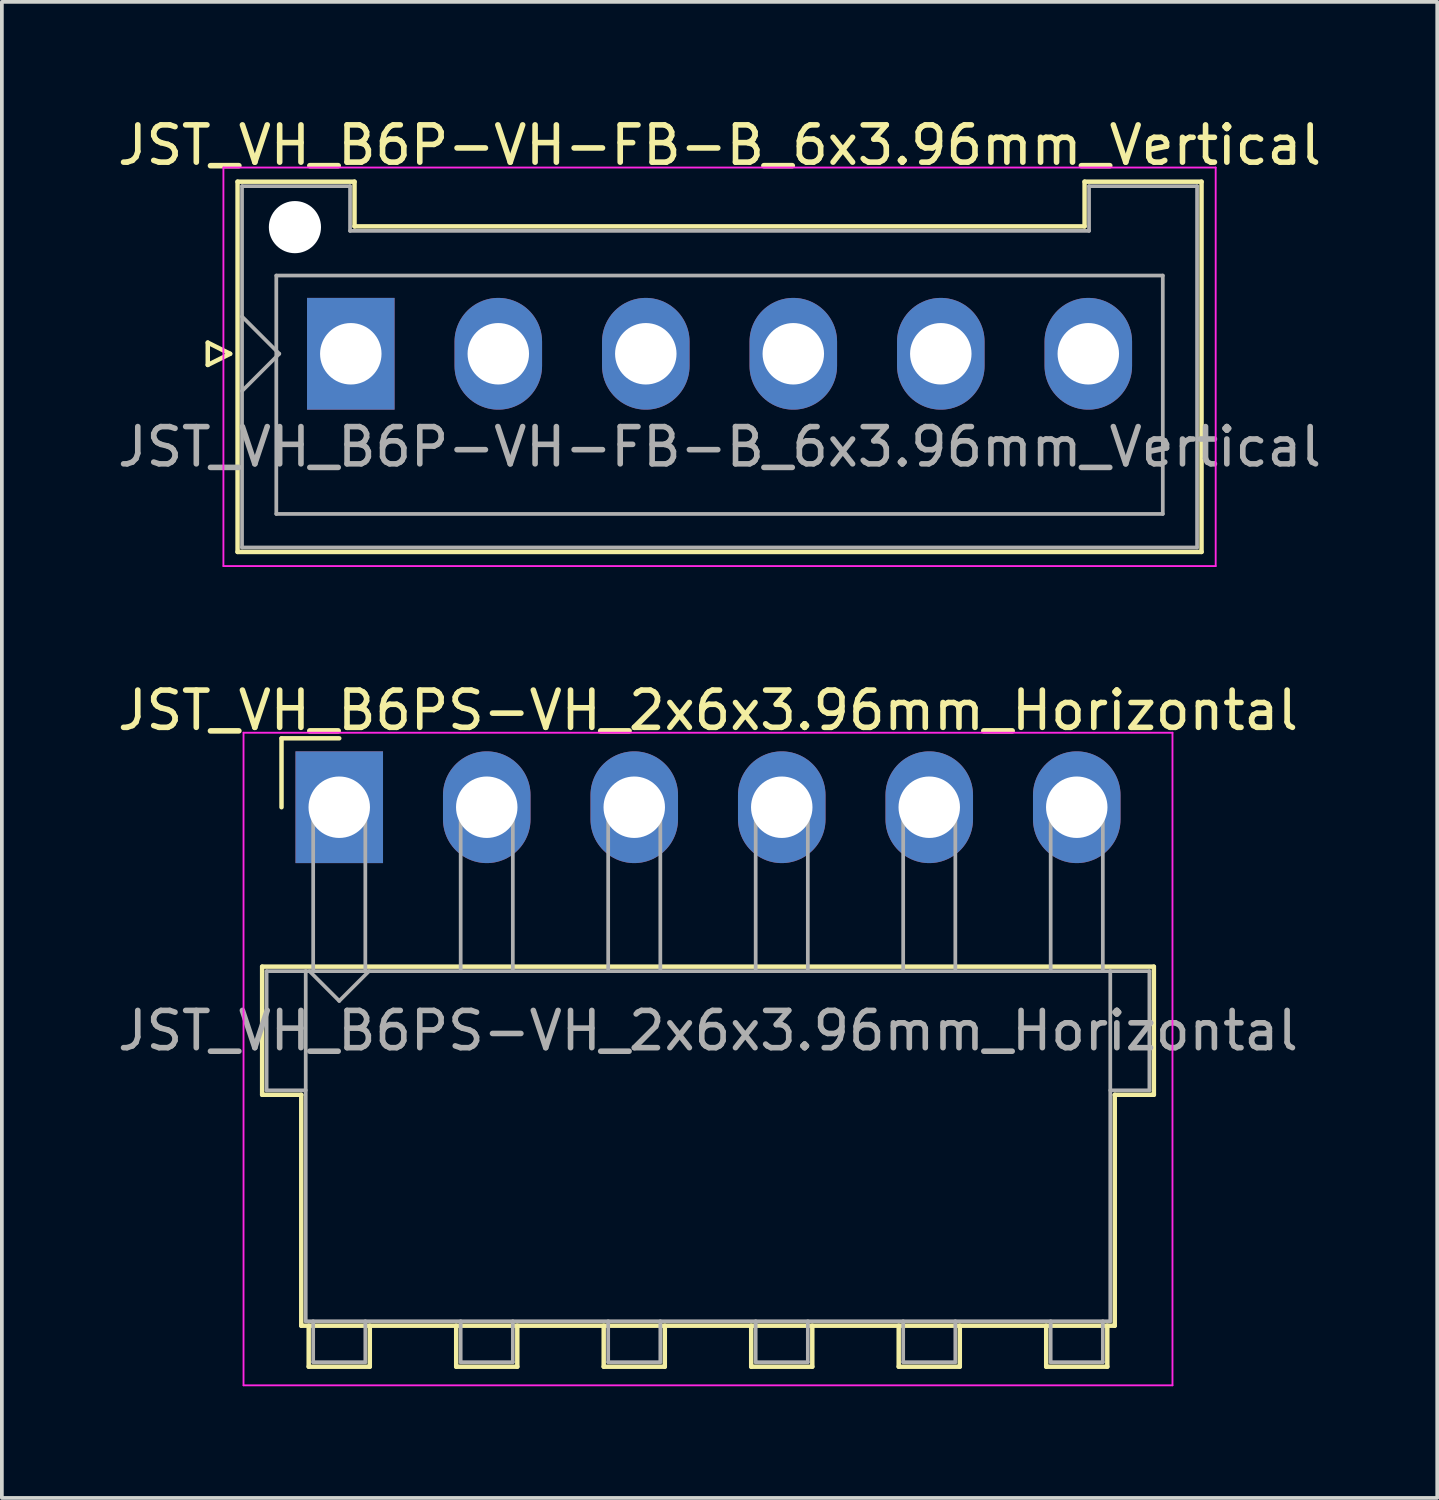
<source format=kicad_pcb>
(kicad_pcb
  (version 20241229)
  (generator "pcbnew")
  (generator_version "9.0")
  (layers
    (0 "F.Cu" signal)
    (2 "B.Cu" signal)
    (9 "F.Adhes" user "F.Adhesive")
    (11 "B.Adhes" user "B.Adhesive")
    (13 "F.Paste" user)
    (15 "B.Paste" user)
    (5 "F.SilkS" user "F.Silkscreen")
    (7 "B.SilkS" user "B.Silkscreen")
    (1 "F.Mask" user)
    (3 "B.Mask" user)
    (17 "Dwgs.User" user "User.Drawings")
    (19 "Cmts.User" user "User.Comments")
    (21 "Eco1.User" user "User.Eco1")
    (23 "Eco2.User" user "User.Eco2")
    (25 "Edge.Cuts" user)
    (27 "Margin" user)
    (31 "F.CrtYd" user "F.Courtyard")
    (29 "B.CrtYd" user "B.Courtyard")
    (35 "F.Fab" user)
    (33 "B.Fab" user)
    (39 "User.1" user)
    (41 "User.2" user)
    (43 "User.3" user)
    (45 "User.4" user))
  (footprint "JST_VH_B6PS-VH_2x6x3.96mm_Horizontal"
    (layer "F.Cu")
    (at 6.058 18.622)
    (property "Reference" "JST_VH_B6PS-VH_2x6x3.96mm_Horizontal" (at 9.9 -2.6 0) (layer "F.SilkS") (effects (font (size 1 1) (thickness 0.15))))
    (attr through_hole)
    (fp_line (start -2.07 4.28) (end 21.87 4.28) (stroke (width 0.12) (type solid)) (layer "F.SilkS"))
    (fp_line (start -2.07 7.72) (end -2.07 4.28) (stroke (width 0.12) (type solid)) (layer "F.SilkS"))
    (fp_line (start -1.55 -1.85) (end -1.55 0) (stroke (width 0.12) (type solid)) (layer "F.SilkS"))
    (fp_line (start -1.02 7.72) (end -2.07 7.72) (stroke (width 0.12) (type solid)) (layer "F.SilkS"))
    (fp_line (start -1.02 13.92) (end -1.02 7.72) (stroke (width 0.12) (type solid)) (layer "F.SilkS"))
    (fp_line (start -0.82 13.92) (end -0.82 15.02) (stroke (width 0.12) (type solid)) (layer "F.SilkS"))
    (fp_line (start -0.82 15.02) (end 0.82 15.02) (stroke (width 0.12) (type solid)) (layer "F.SilkS"))
    (fp_line (start 0 -1.85) (end -1.55 -1.85) (stroke (width 0.12) (type solid)) (layer "F.SilkS"))
    (fp_line (start 0.82 15.02) (end 0.82 13.92) (stroke (width 0.12) (type solid)) (layer "F.SilkS"))
    (fp_line (start 3.14 13.92) (end 3.14 15.02) (stroke (width 0.12) (type solid)) (layer "F.SilkS"))
    (fp_line (start 3.14 15.02) (end 4.78 15.02) (stroke (width 0.12) (type solid)) (layer "F.SilkS"))
    (fp_line (start 4.78 15.02) (end 4.78 13.92) (stroke (width 0.12) (type solid)) (layer "F.SilkS"))
    (fp_line (start 7.1 13.92) (end 7.1 15.02) (stroke (width 0.12) (type solid)) (layer "F.SilkS"))
    (fp_line (start 7.1 15.02) (end 8.74 15.02) (stroke (width 0.12) (type solid)) (layer "F.SilkS"))
    (fp_line (start 8.74 15.02) (end 8.74 13.92) (stroke (width 0.12) (type solid)) (layer "F.SilkS"))
    (fp_line (start 11.06 13.92) (end 11.06 15.02) (stroke (width 0.12) (type solid)) (layer "F.SilkS"))
    (fp_line (start 11.06 15.02) (end 12.7 15.02) (stroke (width 0.12) (type solid)) (layer "F.SilkS"))
    (fp_line (start 12.7 15.02) (end 12.7 13.92) (stroke (width 0.12) (type solid)) (layer "F.SilkS"))
    (fp_line (start 15.02 13.92) (end 15.02 15.02) (stroke (width 0.12) (type solid)) (layer "F.SilkS"))
    (fp_line (start 15.02 15.02) (end 16.66 15.02) (stroke (width 0.12) (type solid)) (layer "F.SilkS"))
    (fp_line (start 16.66 15.02) (end 16.66 13.92) (stroke (width 0.12) (type solid)) (layer "F.SilkS"))
    (fp_line (start 18.98 13.92) (end 18.98 15.02) (stroke (width 0.12) (type solid)) (layer "F.SilkS"))
    (fp_line (start 18.98 15.02) (end 20.62 15.02) (stroke (width 0.12) (type solid)) (layer "F.SilkS"))
    (fp_line (start 20.62 15.02) (end 20.62 13.92) (stroke (width 0.12) (type solid)) (layer "F.SilkS"))
    (fp_line (start 20.82 7.72) (end 20.82 13.92) (stroke (width 0.12) (type solid)) (layer "F.SilkS"))
    (fp_line (start 20.82 13.92) (end -1.02 13.92) (stroke (width 0.12) (type solid)) (layer "F.SilkS"))
    (fp_line (start 21.87 4.28) (end 21.87 7.72) (stroke (width 0.12) (type solid)) (layer "F.SilkS"))
    (fp_line (start 21.87 7.72) (end 20.82 7.72) (stroke (width 0.12) (type solid)) (layer "F.SilkS"))
    (fp_line (start -2.57 -2) (end -2.57 15.52) (stroke (width 0.05) (type solid)) (layer "F.CrtYd"))
    (fp_line (start -2.57 15.52) (end 22.37 15.52) (stroke (width 0.05) (type solid)) (layer "F.CrtYd"))
    (fp_line (start 22.37 -2) (end -2.57 -2) (stroke (width 0.05) (type solid)) (layer "F.CrtYd"))
    (fp_line (start 22.37 15.52) (end 22.37 -2) (stroke (width 0.05) (type solid)) (layer "F.CrtYd"))
    (fp_line (start -1.95 4.4) (end -0.9 4.4) (stroke (width 0.1) (type solid)) (layer "F.Fab"))
    (fp_line (start -1.95 7.6) (end -1.95 4.4) (stroke (width 0.1) (type solid)) (layer "F.Fab"))
    (fp_line (start -0.9 4.4) (end -0.9 13.8) (stroke (width 0.1) (type solid)) (layer "F.Fab"))
    (fp_line (start -0.9 7.6) (end -1.95 7.6) (stroke (width 0.1) (type solid)) (layer "F.Fab"))
    (fp_line (start -0.9 13.8) (end 20.7 13.8) (stroke (width 0.1) (type solid)) (layer "F.Fab"))
    (fp_line (start -0.8 4.4) (end 0 5.2) (stroke (width 0.1) (type solid)) (layer "F.Fab"))
    (fp_line (start -0.7 0) (end 0.7 0) (stroke (width 0.1) (type solid)) (layer "F.Fab"))
    (fp_line (start -0.7 4.4) (end -0.7 0) (stroke (width 0.1) (type solid)) (layer "F.Fab"))
    (fp_line (start -0.7 13.8) (end -0.7 14.9) (stroke (width 0.1) (type solid)) (layer "F.Fab"))
    (fp_line (start -0.7 14.9) (end 0.7 14.9) (stroke (width 0.1) (type solid)) (layer "F.Fab"))
    (fp_line (start 0 5.2) (end 0.8 4.4) (stroke (width 0.1) (type solid)) (layer "F.Fab"))
    (fp_line (start 0.7 0) (end 0.7 4.4) (stroke (width 0.1) (type solid)) (layer "F.Fab"))
    (fp_line (start 0.7 14.9) (end 0.7 13.8) (stroke (width 0.1) (type solid)) (layer "F.Fab"))
    (fp_line (start 3.26 0) (end 4.66 0) (stroke (width 0.1) (type solid)) (layer "F.Fab"))
    (fp_line (start 3.26 4.4) (end 3.26 0) (stroke (width 0.1) (type solid)) (layer "F.Fab"))
    (fp_line (start 3.26 13.8) (end 3.26 14.9) (stroke (width 0.1) (type solid)) (layer "F.Fab"))
    (fp_line (start 3.26 14.9) (end 4.66 14.9) (stroke (width 0.1) (type solid)) (layer "F.Fab"))
    (fp_line (start 4.66 0) (end 4.66 4.4) (stroke (width 0.1) (type solid)) (layer "F.Fab"))
    (fp_line (start 4.66 14.9) (end 4.66 13.8) (stroke (width 0.1) (type solid)) (layer "F.Fab"))
    (fp_line (start 7.22 0) (end 8.62 0) (stroke (width 0.1) (type solid)) (layer "F.Fab"))
    (fp_line (start 7.22 4.4) (end 7.22 0) (stroke (width 0.1) (type solid)) (layer "F.Fab"))
    (fp_line (start 7.22 13.8) (end 7.22 14.9) (stroke (width 0.1) (type solid)) (layer "F.Fab"))
    (fp_line (start 7.22 14.9) (end 8.62 14.9) (stroke (width 0.1) (type solid)) (layer "F.Fab"))
    (fp_line (start 8.62 0) (end 8.62 4.4) (stroke (width 0.1) (type solid)) (layer "F.Fab"))
    (fp_line (start 8.62 14.9) (end 8.62 13.8) (stroke (width 0.1) (type solid)) (layer "F.Fab"))
    (fp_line (start 11.18 0) (end 12.58 0) (stroke (width 0.1) (type solid)) (layer "F.Fab"))
    (fp_line (start 11.18 4.4) (end 11.18 0) (stroke (width 0.1) (type solid)) (layer "F.Fab"))
    (fp_line (start 11.18 13.8) (end 11.18 14.9) (stroke (width 0.1) (type solid)) (layer "F.Fab"))
    (fp_line (start 11.18 14.9) (end 12.58 14.9) (stroke (width 0.1) (type solid)) (layer "F.Fab"))
    (fp_line (start 12.58 0) (end 12.58 4.4) (stroke (width 0.1) (type solid)) (layer "F.Fab"))
    (fp_line (start 12.58 14.9) (end 12.58 13.8) (stroke (width 0.1) (type solid)) (layer "F.Fab"))
    (fp_line (start 15.14 0) (end 16.54 0) (stroke (width 0.1) (type solid)) (layer "F.Fab"))
    (fp_line (start 15.14 4.4) (end 15.14 0) (stroke (width 0.1) (type solid)) (layer "F.Fab"))
    (fp_line (start 15.14 13.8) (end 15.14 14.9) (stroke (width 0.1) (type solid)) (layer "F.Fab"))
    (fp_line (start 15.14 14.9) (end 16.54 14.9) (stroke (width 0.1) (type solid)) (layer "F.Fab"))
    (fp_line (start 16.54 0) (end 16.54 4.4) (stroke (width 0.1) (type solid)) (layer "F.Fab"))
    (fp_line (start 16.54 14.9) (end 16.54 13.8) (stroke (width 0.1) (type solid)) (layer "F.Fab"))
    (fp_line (start 19.1 0) (end 20.5 0) (stroke (width 0.1) (type solid)) (layer "F.Fab"))
    (fp_line (start 19.1 4.4) (end 19.1 0) (stroke (width 0.1) (type solid)) (layer "F.Fab"))
    (fp_line (start 19.1 13.8) (end 19.1 14.9) (stroke (width 0.1) (type solid)) (layer "F.Fab"))
    (fp_line (start 19.1 14.9) (end 20.5 14.9) (stroke (width 0.1) (type solid)) (layer "F.Fab"))
    (fp_line (start 20.5 0) (end 20.5 4.4) (stroke (width 0.1) (type solid)) (layer "F.Fab"))
    (fp_line (start 20.5 14.9) (end 20.5 13.8) (stroke (width 0.1) (type solid)) (layer "F.Fab"))
    (fp_line (start 20.7 4.4) (end -0.9 4.4) (stroke (width 0.1) (type solid)) (layer "F.Fab"))
    (fp_line (start 20.7 4.4) (end 21.75 4.4) (stroke (width 0.1) (type solid)) (layer "F.Fab"))
    (fp_line (start 20.7 13.8) (end 20.7 4.4) (stroke (width 0.1) (type solid)) (layer "F.Fab"))
    (fp_line (start 21.75 4.4) (end 21.75 7.6) (stroke (width 0.1) (type solid)) (layer "F.Fab"))
    (fp_line (start 21.75 7.6) (end 20.7 7.6) (stroke (width 0.1) (type solid)) (layer "F.Fab"))
    (fp_text user "${REFERENCE}" (at 9.9 6 0) (layer "F.Fab") (effects (font (size 1 1) (thickness 0.15))))
    (pad "1" thru_hole rect (at 0 0) (size 2.35 3) (drill 1.65) (layers "*.Cu" "*.Mask"))
    (pad "2" thru_hole oval (at 3.96 0) (size 2.35 3) (drill 1.65) (layers "*.Cu" "*.Mask"))
    (pad "3" thru_hole oval (at 7.92 0) (size 2.35 3) (drill 1.65) (layers "*.Cu" "*.Mask"))
    (pad "4" thru_hole oval (at 11.88 0) (size 2.35 3) (drill 1.65) (layers "*.Cu" "*.Mask"))
    (pad "5" thru_hole oval (at 15.84 0) (size 2.35 3) (drill 1.65) (layers "*.Cu" "*.Mask"))
    (pad "6" thru_hole oval (at 19.8 0) (size 2.35 3) (drill 1.65) (layers "*.Cu" "*.Mask")))
  (footprint "JST_VH_B6P-VH-FB-B_6x3.96mm_Vertical"
    (layer "F.Cu")
    (at 6.368 6.448)
    (property "Reference" "JST_VH_B6P-VH-FB-B_6x3.96mm_Vertical" (at 9.9 -5.6 0) (layer "F.SilkS") (effects (font (size 1 1) (thickness 0.15))))
    (attr through_hole)
    (fp_line (start -3.84 -0.3) (end -3.24 0) (stroke (width 0.12) (type solid)) (layer "F.SilkS"))
    (fp_line (start -3.84 0.3) (end -3.84 -0.3) (stroke (width 0.12) (type solid)) (layer "F.SilkS"))
    (fp_line (start -3.24 0) (end -3.84 0.3) (stroke (width 0.12) (type solid)) (layer "F.SilkS"))
    (fp_line (start -3.04 -4.62) (end 0.1 -4.62) (stroke (width 0.12) (type solid)) (layer "F.SilkS"))
    (fp_line (start -3.04 5.32) (end -3.04 -4.62) (stroke (width 0.12) (type solid)) (layer "F.SilkS"))
    (fp_line (start 0.1 -4.62) (end 0.1 -3.42) (stroke (width 0.12) (type solid)) (layer "F.SilkS"))
    (fp_line (start 0.1 -3.42) (end 19.7 -3.42) (stroke (width 0.12) (type solid)) (layer "F.SilkS"))
    (fp_line (start 19.7 -4.62) (end 22.84 -4.62) (stroke (width 0.12) (type solid)) (layer "F.SilkS"))
    (fp_line (start 19.7 -3.42) (end 19.7 -4.62) (stroke (width 0.12) (type solid)) (layer "F.SilkS"))
    (fp_line (start 22.84 -4.62) (end 22.84 5.32) (stroke (width 0.12) (type solid)) (layer "F.SilkS"))
    (fp_line (start 22.84 5.32) (end -3.04 5.32) (stroke (width 0.12) (type solid)) (layer "F.SilkS"))
    (fp_line (start -3.42 -5) (end -3.42 5.7) (stroke (width 0.05) (type solid)) (layer "F.CrtYd"))
    (fp_line (start -3.42 5.7) (end 23.22 5.7) (stroke (width 0.05) (type solid)) (layer "F.CrtYd"))
    (fp_line (start 23.22 -5) (end -3.42 -5) (stroke (width 0.05) (type solid)) (layer "F.CrtYd"))
    (fp_line (start 23.22 5.7) (end 23.22 -5) (stroke (width 0.05) (type solid)) (layer "F.CrtYd"))
    (fp_line (start -2.92 -4.5) (end -0.02 -4.5) (stroke (width 0.1) (type solid)) (layer "F.Fab"))
    (fp_line (start -2.92 -1) (end -1.92 0) (stroke (width 0.1) (type solid)) (layer "F.Fab"))
    (fp_line (start -2.92 1) (end -1.92 0) (stroke (width 0.1) (type solid)) (layer "F.Fab"))
    (fp_line (start -2.92 5.2) (end -2.92 -4.5) (stroke (width 0.1) (type solid)) (layer "F.Fab"))
    (fp_line (start -2 -2.1) (end 21.8 -2.1) (stroke (width 0.1) (type solid)) (layer "F.Fab"))
    (fp_line (start -2 4.3) (end -2 -2.1) (stroke (width 0.1) (type solid)) (layer "F.Fab"))
    (fp_line (start -0.02 -4.5) (end -0.02 -3.3) (stroke (width 0.1) (type solid)) (layer "F.Fab"))
    (fp_line (start -0.02 -3.3) (end 19.82 -3.3) (stroke (width 0.1) (type solid)) (layer "F.Fab"))
    (fp_line (start 19.82 -4.5) (end 22.72 -4.5) (stroke (width 0.1) (type solid)) (layer "F.Fab"))
    (fp_line (start 19.82 -3.3) (end 19.82 -4.5) (stroke (width 0.1) (type solid)) (layer "F.Fab"))
    (fp_line (start 21.8 -2.1) (end 21.8 4.3) (stroke (width 0.1) (type solid)) (layer "F.Fab"))
    (fp_line (start 21.8 4.3) (end -2 4.3) (stroke (width 0.1) (type solid)) (layer "F.Fab"))
    (fp_line (start 22.72 -4.5) (end 22.72 5.2) (stroke (width 0.1) (type solid)) (layer "F.Fab"))
    (fp_line (start 22.72 5.2) (end -2.92 5.2) (stroke (width 0.1) (type solid)) (layer "F.Fab"))
    (fp_text user "${REFERENCE}" (at 9.9 2.5 0) (layer "F.Fab") (effects (font (size 1 1) (thickness 0.15))))
    (pad "" np_thru_hole circle (at -1.5 -3.4) (size 1.4 1.4) (drill 1.4) (layers "*.Cu" "*.Mask"))
    (pad "1" thru_hole rect (at 0 0) (size 2.35 3) (drill 1.65) (layers "*.Cu" "*.Mask"))
    (pad "2" thru_hole oval (at 3.96 0) (size 2.35 3) (drill 1.65) (layers "*.Cu" "*.Mask"))
    (pad "3" thru_hole oval (at 7.92 0) (size 2.35 3) (drill 1.65) (layers "*.Cu" "*.Mask"))
    (pad "4" thru_hole oval (at 11.88 0) (size 2.35 3) (drill 1.65) (layers "*.Cu" "*.Mask"))
    (pad "5" thru_hole oval (at 15.84 0) (size 2.35 3) (drill 1.65) (layers "*.Cu" "*.Mask"))
    (pad "6" thru_hole oval (at 19.8 0) (size 2.35 3) (drill 1.65) (layers "*.Cu" "*.Mask")))
  (gr_rect
    (start -3 -3)
    (end 35.536 37.166)
    (stroke (width 0.1) (type default))
    (fill no)
    (layer "Edge.Cuts")))
</source>
